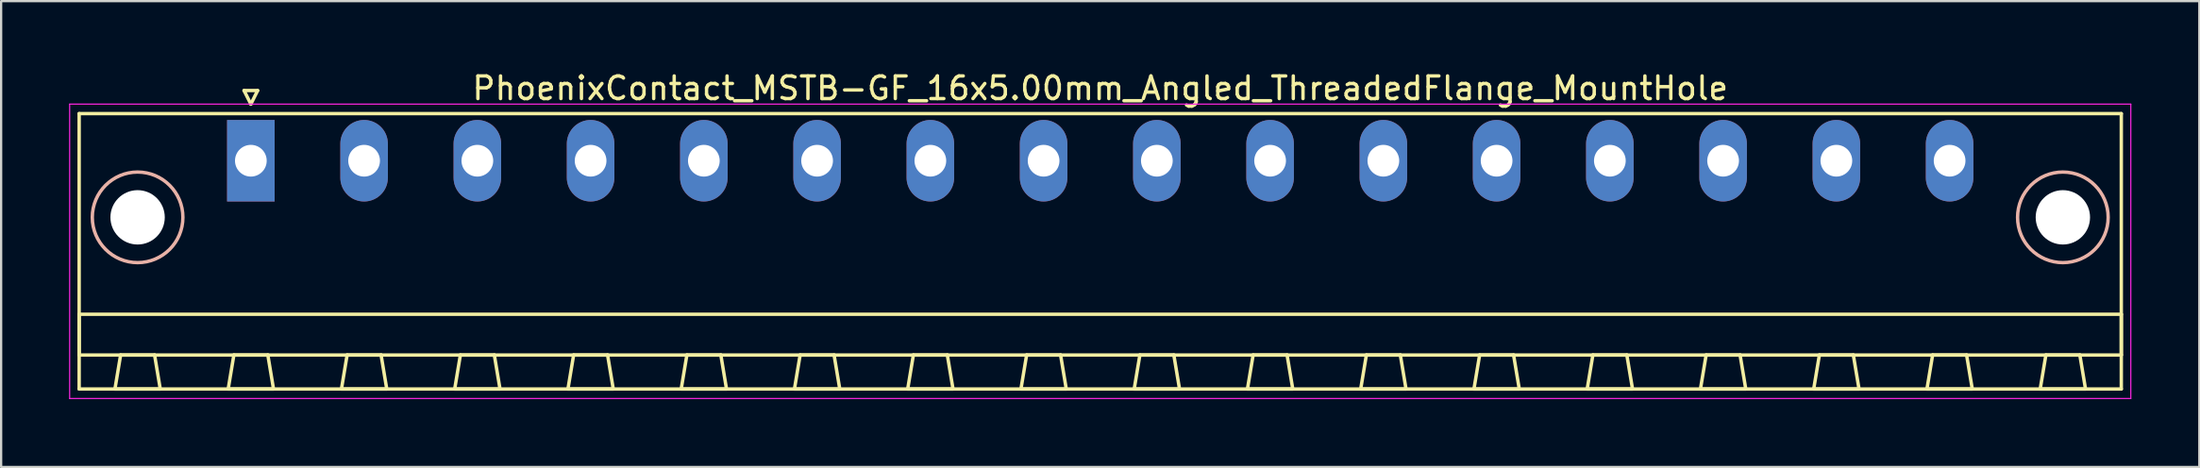
<source format=kicad_pcb>
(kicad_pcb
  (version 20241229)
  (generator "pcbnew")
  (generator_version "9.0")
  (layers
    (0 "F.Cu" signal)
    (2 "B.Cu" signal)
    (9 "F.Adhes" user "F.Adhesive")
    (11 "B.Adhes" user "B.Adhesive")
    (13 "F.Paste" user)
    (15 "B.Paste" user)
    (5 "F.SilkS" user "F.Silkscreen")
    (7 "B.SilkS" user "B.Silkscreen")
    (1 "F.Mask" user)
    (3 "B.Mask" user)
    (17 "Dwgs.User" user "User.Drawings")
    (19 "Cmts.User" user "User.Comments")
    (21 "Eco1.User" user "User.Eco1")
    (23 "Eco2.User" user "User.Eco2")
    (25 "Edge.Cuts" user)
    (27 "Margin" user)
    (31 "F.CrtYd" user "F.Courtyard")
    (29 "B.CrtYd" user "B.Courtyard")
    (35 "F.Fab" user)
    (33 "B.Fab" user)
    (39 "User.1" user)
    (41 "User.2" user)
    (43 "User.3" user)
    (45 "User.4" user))
  (footprint "PhoenixContact_MSTB-GF_16x5.00mm_Angled_ThreadedFlange_MountHole"
    (layer "F.Cu")
    (at 8.025 4.048)
    (property "Reference" "PhoenixContact_MSTB-GF_16x5.00mm_Angled_ThreadedFlange_MountHole" (at 37.5 -3.2 0) (layer "F.SilkS") (effects (font (size 1 1) (thickness 0.15))))
    (attr through_hole)
    (fp_line (start -7.58 -2.08) (end -7.58 10.08) (stroke (width 0.15) (type solid)) (layer "F.SilkS"))
    (fp_line (start -7.58 6.78) (end 82.58 6.78) (stroke (width 0.15) (type solid)) (layer "F.SilkS"))
    (fp_line (start -7.58 8.58) (end -7.58 6.78) (stroke (width 0.15) (type solid)) (layer "F.SilkS"))
    (fp_line (start -7.58 10.08) (end 82.58 10.08) (stroke (width 0.15) (type solid)) (layer "F.SilkS"))
    (fp_line (start -6 10.08) (end -4 10.08) (stroke (width 0.15) (type solid)) (layer "F.SilkS"))
    (fp_line (start -5.75 8.58) (end -6 10.08) (stroke (width 0.15) (type solid)) (layer "F.SilkS"))
    (fp_line (start -4.25 8.58) (end -5.75 8.58) (stroke (width 0.15) (type solid)) (layer "F.SilkS"))
    (fp_line (start -4 10.08) (end -4.25 8.58) (stroke (width 0.15) (type solid)) (layer "F.SilkS"))
    (fp_line (start -1 10.08) (end 1 10.08) (stroke (width 0.15) (type solid)) (layer "F.SilkS"))
    (fp_line (start -0.75 8.58) (end -1 10.08) (stroke (width 0.15) (type solid)) (layer "F.SilkS"))
    (fp_line (start -0.3 -3.1) (end 0 -2.5) (stroke (width 0.15) (type solid)) (layer "F.SilkS"))
    (fp_line (start 0 -2.5) (end 0.3 -3.1) (stroke (width 0.15) (type solid)) (layer "F.SilkS"))
    (fp_line (start 0.3 -3.1) (end -0.3 -3.1) (stroke (width 0.15) (type solid)) (layer "F.SilkS"))
    (fp_line (start 0.75 8.58) (end -0.75 8.58) (stroke (width 0.15) (type solid)) (layer "F.SilkS"))
    (fp_line (start 1 10.08) (end 0.75 8.58) (stroke (width 0.15) (type solid)) (layer "F.SilkS"))
    (fp_line (start 4 10.08) (end 6 10.08) (stroke (width 0.15) (type solid)) (layer "F.SilkS"))
    (fp_line (start 4.25 8.58) (end 4 10.08) (stroke (width 0.15) (type solid)) (layer "F.SilkS"))
    (fp_line (start 5.75 8.58) (end 4.25 8.58) (stroke (width 0.15) (type solid)) (layer "F.SilkS"))
    (fp_line (start 6 10.08) (end 5.75 8.58) (stroke (width 0.15) (type solid)) (layer "F.SilkS"))
    (fp_line (start 9 10.08) (end 11 10.08) (stroke (width 0.15) (type solid)) (layer "F.SilkS"))
    (fp_line (start 9.25 8.58) (end 9 10.08) (stroke (width 0.15) (type solid)) (layer "F.SilkS"))
    (fp_line (start 10.75 8.58) (end 9.25 8.58) (stroke (width 0.15) (type solid)) (layer "F.SilkS"))
    (fp_line (start 11 10.08) (end 10.75 8.58) (stroke (width 0.15) (type solid)) (layer "F.SilkS"))
    (fp_line (start 14 10.08) (end 16 10.08) (stroke (width 0.15) (type solid)) (layer "F.SilkS"))
    (fp_line (start 14.25 8.58) (end 14 10.08) (stroke (width 0.15) (type solid)) (layer "F.SilkS"))
    (fp_line (start 15.75 8.58) (end 14.25 8.58) (stroke (width 0.15) (type solid)) (layer "F.SilkS"))
    (fp_line (start 16 10.08) (end 15.75 8.58) (stroke (width 0.15) (type solid)) (layer "F.SilkS"))
    (fp_line (start 19 10.08) (end 21 10.08) (stroke (width 0.15) (type solid)) (layer "F.SilkS"))
    (fp_line (start 19.25 8.58) (end 19 10.08) (stroke (width 0.15) (type solid)) (layer "F.SilkS"))
    (fp_line (start 20.75 8.58) (end 19.25 8.58) (stroke (width 0.15) (type solid)) (layer "F.SilkS"))
    (fp_line (start 21 10.08) (end 20.75 8.58) (stroke (width 0.15) (type solid)) (layer "F.SilkS"))
    (fp_line (start 24 10.08) (end 26 10.08) (stroke (width 0.15) (type solid)) (layer "F.SilkS"))
    (fp_line (start 24.25 8.58) (end 24 10.08) (stroke (width 0.15) (type solid)) (layer "F.SilkS"))
    (fp_line (start 25.75 8.58) (end 24.25 8.58) (stroke (width 0.15) (type solid)) (layer "F.SilkS"))
    (fp_line (start 26 10.08) (end 25.75 8.58) (stroke (width 0.15) (type solid)) (layer "F.SilkS"))
    (fp_line (start 29 10.08) (end 31 10.08) (stroke (width 0.15) (type solid)) (layer "F.SilkS"))
    (fp_line (start 29.25 8.58) (end 29 10.08) (stroke (width 0.15) (type solid)) (layer "F.SilkS"))
    (fp_line (start 30.75 8.58) (end 29.25 8.58) (stroke (width 0.15) (type solid)) (layer "F.SilkS"))
    (fp_line (start 31 10.08) (end 30.75 8.58) (stroke (width 0.15) (type solid)) (layer "F.SilkS"))
    (fp_line (start 34 10.08) (end 36 10.08) (stroke (width 0.15) (type solid)) (layer "F.SilkS"))
    (fp_line (start 34.25 8.58) (end 34 10.08) (stroke (width 0.15) (type solid)) (layer "F.SilkS"))
    (fp_line (start 35.75 8.58) (end 34.25 8.58) (stroke (width 0.15) (type solid)) (layer "F.SilkS"))
    (fp_line (start 36 10.08) (end 35.75 8.58) (stroke (width 0.15) (type solid)) (layer "F.SilkS"))
    (fp_line (start 39 10.08) (end 41 10.08) (stroke (width 0.15) (type solid)) (layer "F.SilkS"))
    (fp_line (start 39.25 8.58) (end 39 10.08) (stroke (width 0.15) (type solid)) (layer "F.SilkS"))
    (fp_line (start 40.75 8.58) (end 39.25 8.58) (stroke (width 0.15) (type solid)) (layer "F.SilkS"))
    (fp_line (start 41 10.08) (end 40.75 8.58) (stroke (width 0.15) (type solid)) (layer "F.SilkS"))
    (fp_line (start 44 10.08) (end 46 10.08) (stroke (width 0.15) (type solid)) (layer "F.SilkS"))
    (fp_line (start 44.25 8.58) (end 44 10.08) (stroke (width 0.15) (type solid)) (layer "F.SilkS"))
    (fp_line (start 45.75 8.58) (end 44.25 8.58) (stroke (width 0.15) (type solid)) (layer "F.SilkS"))
    (fp_line (start 46 10.08) (end 45.75 8.58) (stroke (width 0.15) (type solid)) (layer "F.SilkS"))
    (fp_line (start 49 10.08) (end 51 10.08) (stroke (width 0.15) (type solid)) (layer "F.SilkS"))
    (fp_line (start 49.25 8.58) (end 49 10.08) (stroke (width 0.15) (type solid)) (layer "F.SilkS"))
    (fp_line (start 50.75 8.58) (end 49.25 8.58) (stroke (width 0.15) (type solid)) (layer "F.SilkS"))
    (fp_line (start 51 10.08) (end 50.75 8.58) (stroke (width 0.15) (type solid)) (layer "F.SilkS"))
    (fp_line (start 54 10.08) (end 56 10.08) (stroke (width 0.15) (type solid)) (layer "F.SilkS"))
    (fp_line (start 54.25 8.58) (end 54 10.08) (stroke (width 0.15) (type solid)) (layer "F.SilkS"))
    (fp_line (start 55.75 8.58) (end 54.25 8.58) (stroke (width 0.15) (type solid)) (layer "F.SilkS"))
    (fp_line (start 56 10.08) (end 55.75 8.58) (stroke (width 0.15) (type solid)) (layer "F.SilkS"))
    (fp_line (start 59 10.08) (end 61 10.08) (stroke (width 0.15) (type solid)) (layer "F.SilkS"))
    (fp_line (start 59.25 8.58) (end 59 10.08) (stroke (width 0.15) (type solid)) (layer "F.SilkS"))
    (fp_line (start 60.75 8.58) (end 59.25 8.58) (stroke (width 0.15) (type solid)) (layer "F.SilkS"))
    (fp_line (start 61 10.08) (end 60.75 8.58) (stroke (width 0.15) (type solid)) (layer "F.SilkS"))
    (fp_line (start 64 10.08) (end 66 10.08) (stroke (width 0.15) (type solid)) (layer "F.SilkS"))
    (fp_line (start 64.25 8.58) (end 64 10.08) (stroke (width 0.15) (type solid)) (layer "F.SilkS"))
    (fp_line (start 65.75 8.58) (end 64.25 8.58) (stroke (width 0.15) (type solid)) (layer "F.SilkS"))
    (fp_line (start 66 10.08) (end 65.75 8.58) (stroke (width 0.15) (type solid)) (layer "F.SilkS"))
    (fp_line (start 69 10.08) (end 71 10.08) (stroke (width 0.15) (type solid)) (layer "F.SilkS"))
    (fp_line (start 69.25 8.58) (end 69 10.08) (stroke (width 0.15) (type solid)) (layer "F.SilkS"))
    (fp_line (start 70.75 8.58) (end 69.25 8.58) (stroke (width 0.15) (type solid)) (layer "F.SilkS"))
    (fp_line (start 71 10.08) (end 70.75 8.58) (stroke (width 0.15) (type solid)) (layer "F.SilkS"))
    (fp_line (start 74 10.08) (end 76 10.08) (stroke (width 0.15) (type solid)) (layer "F.SilkS"))
    (fp_line (start 74.25 8.58) (end 74 10.08) (stroke (width 0.15) (type solid)) (layer "F.SilkS"))
    (fp_line (start 75.75 8.58) (end 74.25 8.58) (stroke (width 0.15) (type solid)) (layer "F.SilkS"))
    (fp_line (start 76 10.08) (end 75.75 8.58) (stroke (width 0.15) (type solid)) (layer "F.SilkS"))
    (fp_line (start 79 10.08) (end 81 10.08) (stroke (width 0.15) (type solid)) (layer "F.SilkS"))
    (fp_line (start 79.25 8.58) (end 79 10.08) (stroke (width 0.15) (type solid)) (layer "F.SilkS"))
    (fp_line (start 80.75 8.58) (end 79.25 8.58) (stroke (width 0.15) (type solid)) (layer "F.SilkS"))
    (fp_line (start 81 10.08) (end 80.75 8.58) (stroke (width 0.15) (type solid)) (layer "F.SilkS"))
    (fp_line (start 82.58 -2.08) (end -7.58 -2.08) (stroke (width 0.15) (type solid)) (layer "F.SilkS"))
    (fp_line (start 82.58 6.78) (end 82.58 8.58) (stroke (width 0.15) (type solid)) (layer "F.SilkS"))
    (fp_line (start 82.58 8.58) (end -7.58 8.58) (stroke (width 0.15) (type solid)) (layer "F.SilkS"))
    (fp_line (start 82.58 10.08) (end 82.58 -2.08) (stroke (width 0.15) (type solid)) (layer "F.SilkS"))
    (fp_circle (center -5 2.5) (end -3 2.5) (stroke (width 0.15) (type solid)) (fill no) (layer "B.SilkS"))
    (fp_circle (center 80 2.5) (end 82 2.5) (stroke (width 0.15) (type solid)) (fill no) (layer "B.SilkS"))
    (fp_line (start -8 -2.5) (end -8 10.5) (stroke (width 0.05) (type solid)) (layer "F.CrtYd"))
    (fp_line (start -8 10.5) (end 83 10.5) (stroke (width 0.05) (type solid)) (layer "F.CrtYd"))
    (fp_line (start 83 -2.5) (end -8 -2.5) (stroke (width 0.05) (type solid)) (layer "F.CrtYd"))
    (fp_line (start 83 10.5) (end 83 -2.5) (stroke (width 0.05) (type solid)) (layer "F.CrtYd"))
    (pad "" np_thru_hole circle (at -5 2.5) (size 2.4 2.4) (drill 2.4) (layers "*.Cu" "*.Mask"))
    (pad "" np_thru_hole circle (at 80 2.5) (size 2.4 2.4) (drill 2.4) (layers "*.Cu" "*.Mask"))
    (pad "1" thru_hole rect (at 0 0) (size 2.1 3.6) (drill 1.4) (layers "*.Cu" "*.Mask"))
    (pad "2" thru_hole oval (at 5 0) (size 2.1 3.6) (drill 1.4) (layers "*.Cu" "*.Mask"))
    (pad "3" thru_hole oval (at 10 0) (size 2.1 3.6) (drill 1.4) (layers "*.Cu" "*.Mask"))
    (pad "4" thru_hole oval (at 15 0) (size 2.1 3.6) (drill 1.4) (layers "*.Cu" "*.Mask"))
    (pad "5" thru_hole oval (at 20 0) (size 2.1 3.6) (drill 1.4) (layers "*.Cu" "*.Mask"))
    (pad "6" thru_hole oval (at 25 0) (size 2.1 3.6) (drill 1.4) (layers "*.Cu" "*.Mask"))
    (pad "7" thru_hole oval (at 30 0) (size 2.1 3.6) (drill 1.4) (layers "*.Cu" "*.Mask"))
    (pad "8" thru_hole oval (at 35 0) (size 2.1 3.6) (drill 1.4) (layers "*.Cu" "*.Mask"))
    (pad "9" thru_hole oval (at 40 0) (size 2.1 3.6) (drill 1.4) (layers "*.Cu" "*.Mask"))
    (pad "10" thru_hole oval (at 45 0) (size 2.1 3.6) (drill 1.4) (layers "*.Cu" "*.Mask"))
    (pad "11" thru_hole oval (at 50 0) (size 2.1 3.6) (drill 1.4) (layers "*.Cu" "*.Mask"))
    (pad "12" thru_hole oval (at 55 0) (size 2.1 3.6) (drill 1.4) (layers "*.Cu" "*.Mask"))
    (pad "13" thru_hole oval (at 60 0) (size 2.1 3.6) (drill 1.4) (layers "*.Cu" "*.Mask"))
    (pad "14" thru_hole oval (at 65 0) (size 2.1 3.6) (drill 1.4) (layers "*.Cu" "*.Mask"))
    (pad "15" thru_hole oval (at 70 0) (size 2.1 3.6) (drill 1.4) (layers "*.Cu" "*.Mask"))
    (pad "16" thru_hole oval (at 75 0) (size 2.1 3.6) (drill 1.4) (layers "*.Cu" "*.Mask")))
  (gr_rect
    (start -3 -3)
    (end 94.05 17.573)
    (stroke (width 0.1) (type default))
    (fill no)
    (layer "Edge.Cuts")))
</source>
